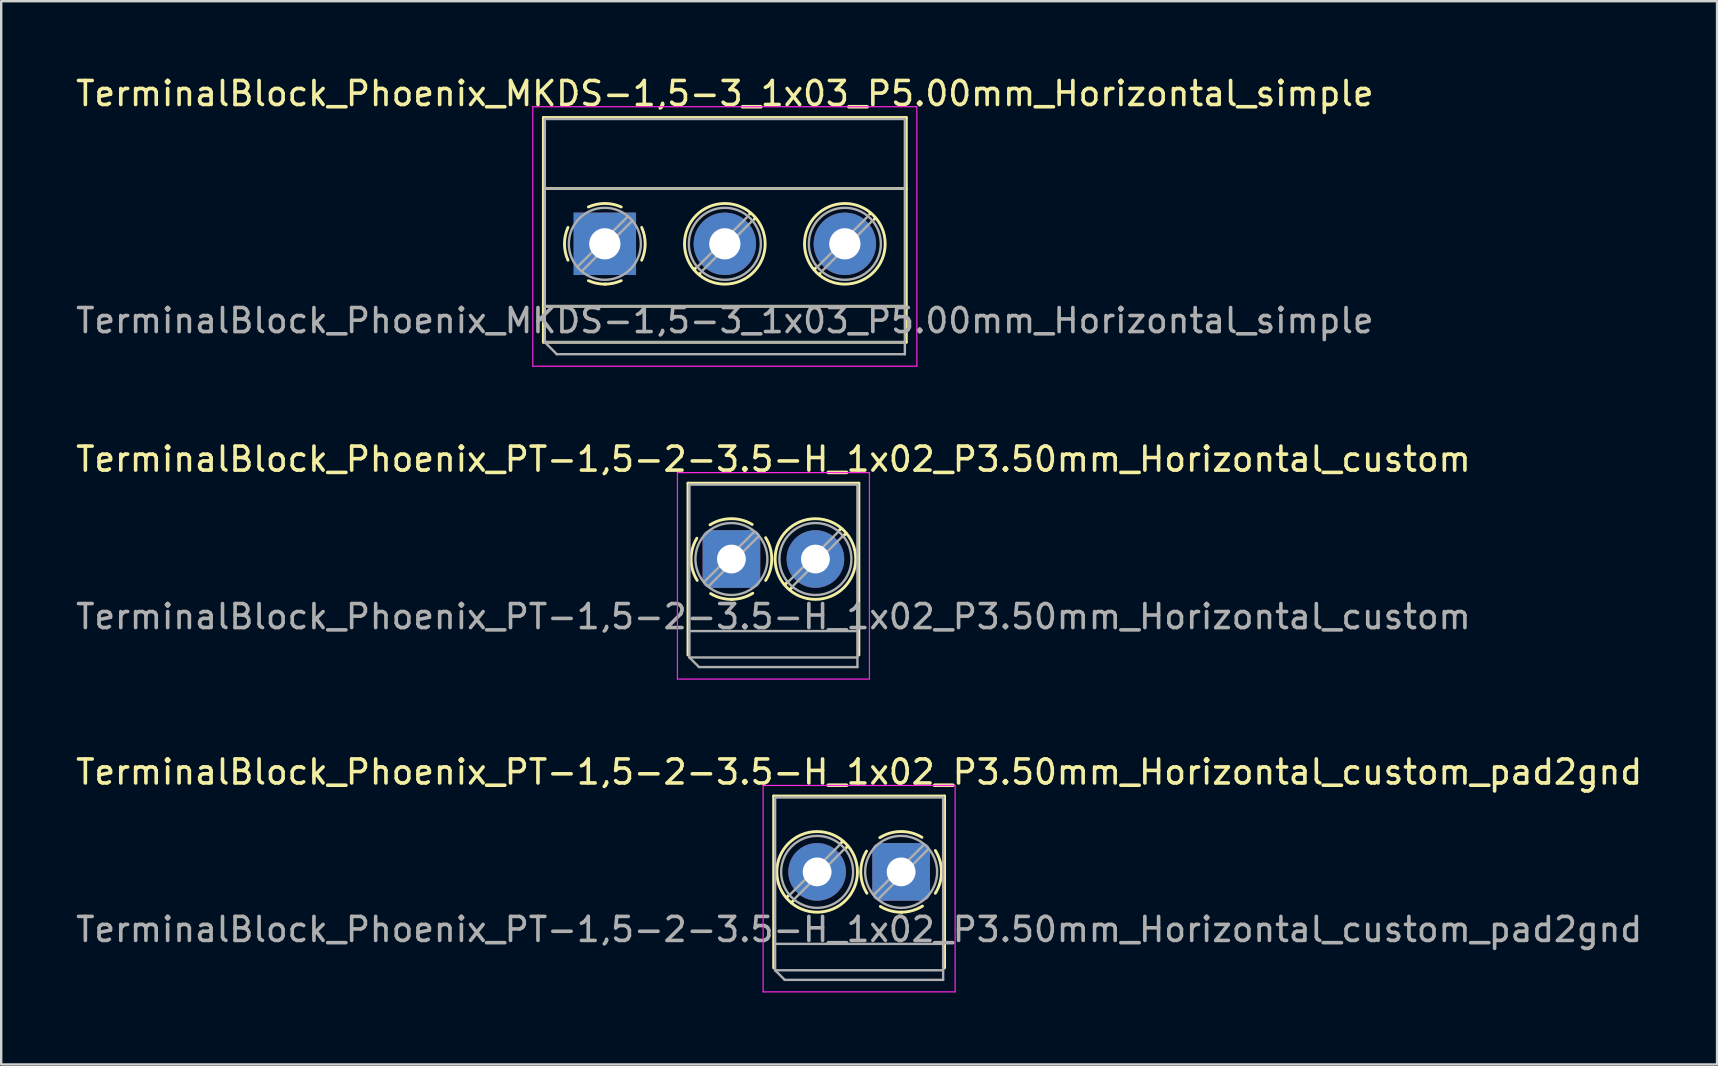
<source format=kicad_pcb>
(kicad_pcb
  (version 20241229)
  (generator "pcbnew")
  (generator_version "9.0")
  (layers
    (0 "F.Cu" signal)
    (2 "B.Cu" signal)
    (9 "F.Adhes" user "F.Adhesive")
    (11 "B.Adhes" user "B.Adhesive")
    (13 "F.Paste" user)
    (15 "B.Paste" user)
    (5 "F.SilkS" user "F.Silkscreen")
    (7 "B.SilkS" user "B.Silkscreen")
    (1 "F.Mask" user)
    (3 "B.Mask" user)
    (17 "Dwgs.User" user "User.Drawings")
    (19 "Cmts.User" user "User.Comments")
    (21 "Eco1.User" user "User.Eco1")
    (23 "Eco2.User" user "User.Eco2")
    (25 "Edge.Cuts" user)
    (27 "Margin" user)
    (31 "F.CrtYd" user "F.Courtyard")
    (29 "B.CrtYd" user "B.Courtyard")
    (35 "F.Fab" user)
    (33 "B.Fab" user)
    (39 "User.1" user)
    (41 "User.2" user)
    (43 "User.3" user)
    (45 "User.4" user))
  (footprint "TerminalBlock_Phoenix_PT-1,5-2-3.5-H_1x02_P3.50mm_Horizontal_custom"
    (layer "F.Cu")
    (at 27.423 20.241)
    (property "Reference" "TerminalBlock_Phoenix_PT-1,5-2-3.5-H_1x02_P3.50mm_Horizontal_custom" (at 1.75 -4.16 0) (layer "F.SilkS") (effects (font (size 1 1) (thickness 0.15))))
    (attr through_hole)
    (fp_line (start -1.81 -3.16) (end -1.81 4) (stroke (width 0.12) (type solid)) (layer "F.SilkS"))
    (fp_line (start -1.81 -3.16) (end 5.31 -3.16) (stroke (width 0.12) (type solid)) (layer "F.SilkS"))
    (fp_line (start 2.355 0.941) (end 2.226 1.069) (stroke (width 0.12) (type solid)) (layer "F.SilkS"))
    (fp_line (start 2.525 1.181) (end 2.431 1.274) (stroke (width 0.12) (type solid)) (layer "F.SilkS"))
    (fp_line (start 4.57 -1.275) (end 4.476 -1.181) (stroke (width 0.12) (type solid)) (layer "F.SilkS"))
    (fp_line (start 4.775 -1.069) (end 4.646 -0.941) (stroke (width 0.12) (type solid)) (layer "F.SilkS"))
    (fp_line (start 5.31 -3.16) (end 5.31 4) (stroke (width 0.12) (type solid)) (layer "F.SilkS"))
    (fp_arc (start -1.425358 0.889894) (mid -1.680286 0.014012) (end -1.44 -0.866) (stroke (width 0.12) (type solid)) (layer "F.SilkS"))
    (fp_arc (start -0.889894 -1.425358) (mid -0.014012 -1.680286) (end 0.866 -1.44) (stroke (width 0.12) (type solid)) (layer "F.SilkS"))
    (fp_arc (start 0.028674 1.680099) (mid -0.435535 1.622918) (end -0.866 1.44) (stroke (width 0.12) (type solid)) (layer "F.SilkS"))
    (fp_arc (start 0.890264 1.424721) (mid 0.463071 1.61492) (end 0 1.68) (stroke (width 0.12) (type solid)) (layer "F.SilkS"))
    (fp_arc (start 1.425504 -0.890193) (mid 1.680626 0.000476) (end 1.425 0.891) (stroke (width 0.12) (type solid)) (layer "F.SilkS"))
    (fp_circle (center 3.5 0) (end 5.18 0) (stroke (width 0.12) (type solid)) (fill no) (layer "F.SilkS"))
    (fp_line (start -2.25 -3.6) (end -2.25 5) (stroke (width 0.05) (type solid)) (layer "F.CrtYd"))
    (fp_line (start -2.25 5) (end 5.75 5) (stroke (width 0.05) (type solid)) (layer "F.CrtYd"))
    (fp_line (start 5.75 -3.6) (end -2.25 -3.6) (stroke (width 0.05) (type solid)) (layer "F.CrtYd"))
    (fp_line (start 5.75 5) (end 5.75 -3.6) (stroke (width 0.05) (type solid)) (layer "F.CrtYd"))
    (fp_line (start -1.75 -3.1) (end 5.25 -3.1) (stroke (width 0.1) (type solid)) (layer "F.Fab"))
    (fp_line (start -1.75 3) (end 5.25 3) (stroke (width 0.1) (type solid)) (layer "F.Fab"))
    (fp_line (start -1.75 4.1) (end -1.75 -3.1) (stroke (width 0.1) (type solid)) (layer "F.Fab"))
    (fp_line (start -1.75 4.1) (end 5.25 4.1) (stroke (width 0.1) (type solid)) (layer "F.Fab"))
    (fp_line (start -1.35 4.5) (end -1.75 4.1) (stroke (width 0.1) (type solid)) (layer "F.Fab"))
    (fp_line (start 0.955 -1.138) (end -1.138 0.955) (stroke (width 0.1) (type solid)) (layer "F.Fab"))
    (fp_line (start 1.138 -0.955) (end -0.955 1.138) (stroke (width 0.1) (type solid)) (layer "F.Fab"))
    (fp_line (start 4.455 -1.138) (end 2.363 0.955) (stroke (width 0.1) (type solid)) (layer "F.Fab"))
    (fp_line (start 4.638 -0.955) (end 2.546 1.138) (stroke (width 0.1) (type solid)) (layer "F.Fab"))
    (fp_line (start 5.25 -3.1) (end 5.25 4.5) (stroke (width 0.1) (type solid)) (layer "F.Fab"))
    (fp_line (start 5.25 4.5) (end -1.35 4.5) (stroke (width 0.1) (type solid)) (layer "F.Fab"))
    (fp_circle (center 0 0) (end 1.5 0) (stroke (width 0.1) (type solid)) (fill no) (layer "F.Fab"))
    (fp_circle (center 3.5 0) (end 5 0) (stroke (width 0.1) (type solid)) (fill no) (layer "F.Fab"))
    (fp_text user "${REFERENCE}" (at 1.75 2.4 0) (layer "F.Fab") (effects (font (size 1 1) (thickness 0.15))))
    (pad "1" thru_hole roundrect (at 0 0) (size 2.4 2.4) (drill 1.2) (layers "*.Cu" "*.Mask") (roundrect_rratio 0.125))
    (pad "2" thru_hole circle (at 3.5 0) (size 2.4 2.4) (drill 1.2) (layers "*.Cu" "*.Mask")))
  (footprint "TerminalBlock_Phoenix_MKDS-1,5-3_1x03_P5.00mm_Horizontal_simple"
    (layer "F.Cu")
    (at 22.149 7.108)
    (property "Reference" "TerminalBlock_Phoenix_MKDS-1,5-3_1x03_P5.00mm_Horizontal_simple" (at 5 -6.26 0) (layer "F.SilkS") (effects (font (size 1 1) (thickness 0.15))))
    (attr through_hole)
    (fp_line (start -2.56 -5.261) (end -2.56 4.1) (stroke (width 0.12) (type solid)) (layer "F.SilkS"))
    (fp_line (start -2.56 -5.261) (end 12.56 -5.261) (stroke (width 0.12) (type solid)) (layer "F.SilkS"))
    (fp_line (start -2.56 -2.301) (end 12.56 -2.301) (stroke (width 0.12) (type solid)) (layer "F.SilkS"))
    (fp_line (start -2.56 2.6) (end 12.56 2.6) (stroke (width 0.12) (type solid)) (layer "F.SilkS"))
    (fp_line (start -2.56 4.1) (end 12.56 4.1) (stroke (width 0.12) (type solid)) (layer "F.SilkS"))
    (fp_line (start 3.773 1.023) (end 3.726 1.069) (stroke (width 0.12) (type solid)) (layer "F.SilkS"))
    (fp_line (start 3.966 1.239) (end 3.931 1.274) (stroke (width 0.12) (type solid)) (layer "F.SilkS"))
    (fp_line (start 6.07 -1.275) (end 6.035 -1.239) (stroke (width 0.12) (type solid)) (layer "F.SilkS"))
    (fp_line (start 6.275 -1.069) (end 6.228 -1.023) (stroke (width 0.12) (type solid)) (layer "F.SilkS"))
    (fp_line (start 8.773 1.023) (end 8.726 1.069) (stroke (width 0.12) (type solid)) (layer "F.SilkS"))
    (fp_line (start 8.966 1.239) (end 8.931 1.274) (stroke (width 0.12) (type solid)) (layer "F.SilkS"))
    (fp_line (start 11.07 -1.275) (end 11.035 -1.239) (stroke (width 0.12) (type solid)) (layer "F.SilkS"))
    (fp_line (start 11.275 -1.069) (end 11.228 -1.023) (stroke (width 0.12) (type solid)) (layer "F.SilkS"))
    (fp_line (start 12.56 -5.261) (end 12.56 4.1) (stroke (width 0.12) (type solid)) (layer "F.SilkS"))
    (fp_arc (start -1.535427 0.683042) (mid -1.680501 -0.000524) (end -1.535 -0.684) (stroke (width 0.12) (type solid)) (layer "F.SilkS"))
    (fp_arc (start -0.683042 -1.535427) (mid 0.000524 -1.680501) (end 0.684 -1.535) (stroke (width 0.12) (type solid)) (layer "F.SilkS"))
    (fp_arc (start 0.028805 1.680253) (mid -0.335551 1.646659) (end -0.684 1.535) (stroke (width 0.12) (type solid)) (layer "F.SilkS"))
    (fp_arc (start 0.683318 1.534756) (mid 0.349292 1.643288) (end 0 1.68) (stroke (width 0.12) (type solid)) (layer "F.SilkS"))
    (fp_arc (start 1.535427 -0.683042) (mid 1.680501 0.000524) (end 1.535 0.684) (stroke (width 0.12) (type solid)) (layer "F.SilkS"))
    (fp_circle (center 5 0) (end 6.68 0) (stroke (width 0.12) (type solid)) (fill no) (layer "F.SilkS"))
    (fp_circle (center 10 0) (end 11.68 0) (stroke (width 0.12) (type solid)) (fill no) (layer "F.SilkS"))
    (fp_line (start -3 -5.71) (end -3 5.1) (stroke (width 0.05) (type solid)) (layer "F.CrtYd"))
    (fp_line (start -3 5.1) (end 13 5.1) (stroke (width 0.05) (type solid)) (layer "F.CrtYd"))
    (fp_line (start 13 -5.71) (end -3 -5.71) (stroke (width 0.05) (type solid)) (layer "F.CrtYd"))
    (fp_line (start 13 5.1) (end 13 -5.71) (stroke (width 0.05) (type solid)) (layer "F.CrtYd"))
    (fp_line (start -2.5 -5.2) (end 12.5 -5.2) (stroke (width 0.1) (type solid)) (layer "F.Fab"))
    (fp_line (start -2.5 -2.3) (end 12.5 -2.3) (stroke (width 0.1) (type solid)) (layer "F.Fab"))
    (fp_line (start -2.5 2.6) (end 12.5 2.6) (stroke (width 0.1) (type solid)) (layer "F.Fab"))
    (fp_line (start -2.5 4.1) (end -2.5 -5.2) (stroke (width 0.1) (type solid)) (layer "F.Fab"))
    (fp_line (start -2.5 4.1) (end 12.5 4.1) (stroke (width 0.1) (type solid)) (layer "F.Fab"))
    (fp_line (start -2 4.6) (end -2.5 4.1) (stroke (width 0.1) (type solid)) (layer "F.Fab"))
    (fp_line (start 0.955 -1.138) (end -1.138 0.955) (stroke (width 0.1) (type solid)) (layer "F.Fab"))
    (fp_line (start 1.138 -0.955) (end -0.955 1.138) (stroke (width 0.1) (type solid)) (layer "F.Fab"))
    (fp_line (start 5.955 -1.138) (end 3.863 0.955) (stroke (width 0.1) (type solid)) (layer "F.Fab"))
    (fp_line (start 6.138 -0.955) (end 4.046 1.138) (stroke (width 0.1) (type solid)) (layer "F.Fab"))
    (fp_line (start 10.955 -1.138) (end 8.863 0.955) (stroke (width 0.1) (type solid)) (layer "F.Fab"))
    (fp_line (start 11.138 -0.955) (end 9.046 1.138) (stroke (width 0.1) (type solid)) (layer "F.Fab"))
    (fp_line (start 12.5 -5.2) (end 12.5 4.6) (stroke (width 0.1) (type solid)) (layer "F.Fab"))
    (fp_line (start 12.5 4.6) (end -2 4.6) (stroke (width 0.1) (type solid)) (layer "F.Fab"))
    (fp_circle (center 0 0) (end 1.5 0) (stroke (width 0.1) (type solid)) (fill no) (layer "F.Fab"))
    (fp_circle (center 5 0) (end 6.5 0) (stroke (width 0.1) (type solid)) (fill no) (layer "F.Fab"))
    (fp_circle (center 10 0) (end 11.5 0) (stroke (width 0.1) (type solid)) (fill no) (layer "F.Fab"))
    (fp_text user "${REFERENCE}" (at 5 3.2 0) (layer "F.Fab") (effects (font (size 1 1) (thickness 0.15))))
    (pad "1" thru_hole rect (at 0 0) (size 2.6 2.6) (drill 1.3) (layers "*.Cu" "*.Mask"))
    (pad "2" thru_hole circle (at 5 0) (size 2.6 2.6) (drill 1.3) (layers "*.Cu" "*.Mask"))
    (pad "3" thru_hole circle (at 10 0) (size 2.6 2.6) (drill 1.3) (layers "*.Cu" "*.Mask")))
  (footprint "TerminalBlock_Phoenix_PT-1,5-2-3.5-H_1x02_P3.50mm_Horizontal_custom_pad2gnd"
    (layer "F.Cu")
    (at 30.994 33.275)
    (property "Reference" "TerminalBlock_Phoenix_PT-1,5-2-3.5-H_1x02_P3.50mm_Horizontal_custom_pad2gnd" (at 1.75 -4.16 0) (layer "F.SilkS") (effects (font (size 1 1) (thickness 0.15))))
    (attr through_hole)
    (fp_line (start -1.81 -3.16) (end -1.81 4) (stroke (width 0.12) (type solid)) (layer "F.SilkS"))
    (fp_line (start -1.81 -3.16) (end 5.31 -3.16) (stroke (width 0.12) (type solid)) (layer "F.SilkS"))
    (fp_line (start -1.145 0.941) (end -1.274 1.069) (stroke (width 0.12) (type solid)) (layer "F.SilkS"))
    (fp_line (start -0.975 1.181) (end -1.069 1.274) (stroke (width 0.12) (type solid)) (layer "F.SilkS"))
    (fp_line (start 1.07 -1.275) (end 0.976 -1.181) (stroke (width 0.12) (type solid)) (layer "F.SilkS"))
    (fp_line (start 1.275 -1.069) (end 1.146 -0.941) (stroke (width 0.12) (type solid)) (layer "F.SilkS"))
    (fp_line (start 5.31 -3.16) (end 5.31 4) (stroke (width 0.12) (type solid)) (layer "F.SilkS"))
    (fp_arc (start 2.074502 0.889895) (mid 1.819574 0.014013) (end 2.05986 -0.865999) (stroke (width 0.12) (type solid)) (layer "F.SilkS"))
    (fp_arc (start 2.609966 -1.425357) (mid 3.485848 -1.680285) (end 4.36586 -1.439999) (stroke (width 0.12) (type solid)) (layer "F.SilkS"))
    (fp_arc (start 3.528534 1.6801) (mid 3.064325 1.622919) (end 2.63386 1.440001) (stroke (width 0.12) (type solid)) (layer "F.SilkS"))
    (fp_arc (start 4.390124 1.424722) (mid 3.962931 1.614921) (end 3.49986 1.680001) (stroke (width 0.12) (type solid)) (layer "F.SilkS"))
    (fp_arc (start 4.925364 -0.890192) (mid 5.180486 0.000477) (end 4.92486 0.891001) (stroke (width 0.12) (type solid)) (layer "F.SilkS"))
    (fp_circle (center 0.00014 -0.000001) (end 1.68 -0.000001) (stroke (width 0.12) (type solid)) (fill no) (layer "F.SilkS"))
    (fp_line (start -2.25 -3.6) (end -2.25 5) (stroke (width 0.05) (type solid)) (layer "F.CrtYd"))
    (fp_line (start -2.25 5) (end 5.75 5) (stroke (width 0.05) (type solid)) (layer "F.CrtYd"))
    (fp_line (start 5.75 -3.6) (end -2.25 -3.6) (stroke (width 0.05) (type solid)) (layer "F.CrtYd"))
    (fp_line (start 5.75 5) (end 5.75 -3.6) (stroke (width 0.05) (type solid)) (layer "F.CrtYd"))
    (fp_line (start -1.75 -3.1) (end 5.25 -3.1) (stroke (width 0.1) (type solid)) (layer "F.Fab"))
    (fp_line (start -1.75 3) (end 5.25 3) (stroke (width 0.1) (type solid)) (layer "F.Fab"))
    (fp_line (start -1.75 4.1) (end -1.75 -3.1) (stroke (width 0.1) (type solid)) (layer "F.Fab"))
    (fp_line (start -1.75 4.1) (end 5.25 4.1) (stroke (width 0.1) (type solid)) (layer "F.Fab"))
    (fp_line (start -1.35 4.5) (end -1.75 4.1) (stroke (width 0.1) (type solid)) (layer "F.Fab"))
    (fp_line (start 0.955 -1.138) (end -1.138 0.955) (stroke (width 0.1) (type solid)) (layer "F.Fab"))
    (fp_line (start 1.138 -0.955) (end -0.955 1.138) (stroke (width 0.1) (type solid)) (layer "F.Fab"))
    (fp_line (start 4.455 -1.138) (end 2.363 0.955) (stroke (width 0.1) (type solid)) (layer "F.Fab"))
    (fp_line (start 4.638 -0.955) (end 2.546 1.138) (stroke (width 0.1) (type solid)) (layer "F.Fab"))
    (fp_line (start 5.25 -3.1) (end 5.25 4.5) (stroke (width 0.1) (type solid)) (layer "F.Fab"))
    (fp_line (start 5.25 4.5) (end -1.35 4.5) (stroke (width 0.1) (type solid)) (layer "F.Fab"))
    (fp_circle (center 0 0) (end 1.5 0) (stroke (width 0.1) (type solid)) (fill no) (layer "F.Fab"))
    (fp_circle (center 3.5 0) (end 5 0) (stroke (width 0.1) (type solid)) (fill no) (layer "F.Fab"))
    (fp_text user "${REFERENCE}" (at 1.75 2.4 0) (layer "F.Fab") (effects (font (size 1 1) (thickness 0.15))))
    (pad "1" thru_hole circle (at 0 0) (size 2.4 2.4) (drill 1.2) (layers "*.Cu" "*.Mask"))
    (pad "2" thru_hole roundrect (at 3.5 0) (size 2.4 2.4) (drill 1.2) (layers "*.Cu" "*.Mask") (roundrect_rratio 0.125)))
  (gr_rect
    (start -3 -3)
    (end 68.488 41.3)
    (stroke (width 0.1) (type default))
    (fill no)
    (layer "Edge.Cuts")))
</source>
